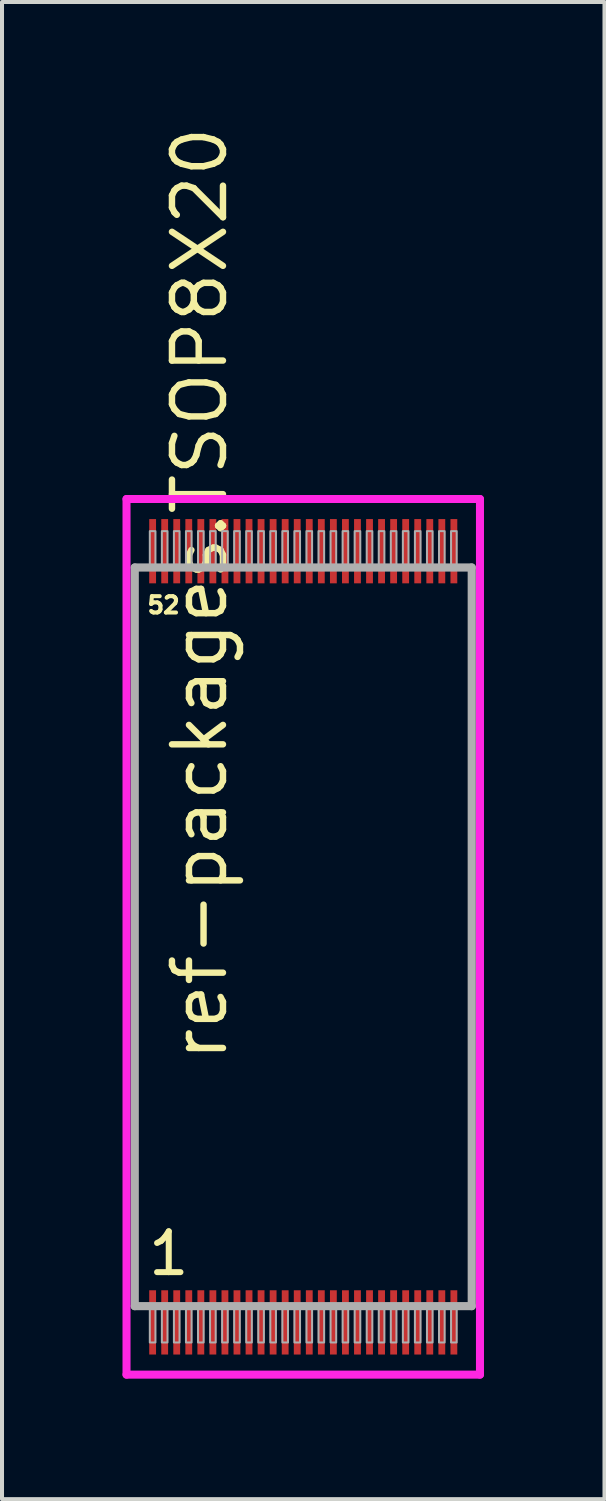
<source format=kicad_pcb>
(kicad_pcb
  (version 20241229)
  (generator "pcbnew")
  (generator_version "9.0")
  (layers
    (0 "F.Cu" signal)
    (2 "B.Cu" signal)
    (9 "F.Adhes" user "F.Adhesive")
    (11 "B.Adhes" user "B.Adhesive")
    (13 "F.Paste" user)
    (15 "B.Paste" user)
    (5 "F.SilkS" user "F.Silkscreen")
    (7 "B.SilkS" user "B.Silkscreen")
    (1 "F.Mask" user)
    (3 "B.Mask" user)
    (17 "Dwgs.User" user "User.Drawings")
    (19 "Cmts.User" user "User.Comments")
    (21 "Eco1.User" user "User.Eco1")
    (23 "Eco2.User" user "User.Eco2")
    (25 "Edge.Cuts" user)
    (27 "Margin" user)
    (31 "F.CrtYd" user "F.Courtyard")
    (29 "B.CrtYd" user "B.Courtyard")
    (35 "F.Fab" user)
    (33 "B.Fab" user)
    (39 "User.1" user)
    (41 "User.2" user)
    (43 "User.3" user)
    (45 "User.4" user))
  (footprint "ref-packages.TSOP8X20"
    (layer "F.Cu")
    (at 4.5 20.274)
    (property "Reference" "ref-packages.TSOP8X20" (at -1.835 3.175 90) (layer "F.SilkS") (effects (font (size 1.27 1.27) (thickness 0.16)) (justify left bottom)))
    (attr smd)
    (fp_line (start -4.4 -10.9) (end 4.4 -10.9) (stroke (width 0.2) (type default)) (layer "F.CrtYd"))
    (fp_line (start -4.4 10.9) (end -4.4 -10.9) (stroke (width 0.2) (type default)) (layer "F.CrtYd"))
    (fp_line (start 4.4 -10.9) (end 4.4 10.9) (stroke (width 0.2) (type default)) (layer "F.CrtYd"))
    (fp_line (start 4.4 10.9) (end -4.4 10.9) (stroke (width 0.2) (type default)) (layer "F.CrtYd"))
    (fp_line (start -4.195 -9.195) (end 4.195 -9.195) (stroke (width 0.203) (type default)) (layer "F.Fab"))
    (fp_line (start -4.195 9.195) (end -4.195 -9.195) (stroke (width 0.203) (type default)) (layer "F.Fab"))
    (fp_line (start 4.195 -9.195) (end 4.195 9.195) (stroke (width 0.203) (type default)) (layer "F.Fab"))
    (fp_line (start 4.195 9.195) (end -4.195 9.195) (stroke (width 0.203) (type default)) (layer "F.Fab"))
    (fp_rect (start -3.82 -9.25) (end -3.68 -10.1) (stroke (width 0.05) (type default)) (fill no) (layer "F.Fab"))
    (fp_rect (start -3.82 10.1) (end -3.68 9.25) (stroke (width 0.05) (type default)) (fill no) (layer "F.Fab"))
    (fp_rect (start -3.52 -9.25) (end -3.38 -10.1) (stroke (width 0.05) (type default)) (fill no) (layer "F.Fab"))
    (fp_rect (start -3.52 10.1) (end -3.38 9.25) (stroke (width 0.05) (type default)) (fill no) (layer "F.Fab"))
    (fp_rect (start -3.22 -9.25) (end -3.08 -10.1) (stroke (width 0.05) (type default)) (fill no) (layer "F.Fab"))
    (fp_rect (start -3.22 10.1) (end -3.08 9.25) (stroke (width 0.05) (type default)) (fill no) (layer "F.Fab"))
    (fp_rect (start -2.92 -9.25) (end -2.78 -10.1) (stroke (width 0.05) (type default)) (fill no) (layer "F.Fab"))
    (fp_rect (start -2.92 10.1) (end -2.78 9.25) (stroke (width 0.05) (type default)) (fill no) (layer "F.Fab"))
    (fp_rect (start -2.62 -9.25) (end -2.48 -10.1) (stroke (width 0.05) (type default)) (fill no) (layer "F.Fab"))
    (fp_rect (start -2.62 10.1) (end -2.48 9.25) (stroke (width 0.05) (type default)) (fill no) (layer "F.Fab"))
    (fp_rect (start -2.32 -9.25) (end -2.18 -10.1) (stroke (width 0.05) (type default)) (fill no) (layer "F.Fab"))
    (fp_rect (start -2.32 10.1) (end -2.18 9.25) (stroke (width 0.05) (type default)) (fill no) (layer "F.Fab"))
    (fp_rect (start -2.02 -9.25) (end -1.88 -10.1) (stroke (width 0.05) (type default)) (fill no) (layer "F.Fab"))
    (fp_rect (start -2.02 10.1) (end -1.88 9.25) (stroke (width 0.05) (type default)) (fill no) (layer "F.Fab"))
    (fp_rect (start -1.72 -9.25) (end -1.58 -10.1) (stroke (width 0.05) (type default)) (fill no) (layer "F.Fab"))
    (fp_rect (start -1.72 10.1) (end -1.58 9.25) (stroke (width 0.05) (type default)) (fill no) (layer "F.Fab"))
    (fp_rect (start -1.42 -9.25) (end -1.28 -10.1) (stroke (width 0.05) (type default)) (fill no) (layer "F.Fab"))
    (fp_rect (start -1.42 10.1) (end -1.28 9.25) (stroke (width 0.05) (type default)) (fill no) (layer "F.Fab"))
    (fp_rect (start -1.12 -9.25) (end -0.98 -10.1) (stroke (width 0.05) (type default)) (fill no) (layer "F.Fab"))
    (fp_rect (start -1.12 10.1) (end -0.98 9.25) (stroke (width 0.05) (type default)) (fill no) (layer "F.Fab"))
    (fp_rect (start -0.82 -9.25) (end -0.68 -10.1) (stroke (width 0.05) (type default)) (fill no) (layer "F.Fab"))
    (fp_rect (start -0.82 10.1) (end -0.68 9.25) (stroke (width 0.05) (type default)) (fill no) (layer "F.Fab"))
    (fp_rect (start -0.52 -9.25) (end -0.38 -10.1) (stroke (width 0.05) (type default)) (fill no) (layer "F.Fab"))
    (fp_rect (start -0.52 10.1) (end -0.38 9.25) (stroke (width 0.05) (type default)) (fill no) (layer "F.Fab"))
    (fp_rect (start -0.22 -9.25) (end -0.08 -10.1) (stroke (width 0.05) (type default)) (fill no) (layer "F.Fab"))
    (fp_rect (start -0.22 10.1) (end -0.08 9.25) (stroke (width 0.05) (type default)) (fill no) (layer "F.Fab"))
    (fp_rect (start 0.08 -9.25) (end 0.22 -10.1) (stroke (width 0.05) (type default)) (fill no) (layer "F.Fab"))
    (fp_rect (start 0.08 10.1) (end 0.22 9.25) (stroke (width 0.05) (type default)) (fill no) (layer "F.Fab"))
    (fp_rect (start 0.38 -9.25) (end 0.52 -10.1) (stroke (width 0.05) (type default)) (fill no) (layer "F.Fab"))
    (fp_rect (start 0.38 10.1) (end 0.52 9.25) (stroke (width 0.05) (type default)) (fill no) (layer "F.Fab"))
    (fp_rect (start 0.68 -9.25) (end 0.82 -10.1) (stroke (width 0.05) (type default)) (fill no) (layer "F.Fab"))
    (fp_rect (start 0.68 10.1) (end 0.82 9.25) (stroke (width 0.05) (type default)) (fill no) (layer "F.Fab"))
    (fp_rect (start 0.98 -9.25) (end 1.12 -10.1) (stroke (width 0.05) (type default)) (fill no) (layer "F.Fab"))
    (fp_rect (start 0.98 10.1) (end 1.12 9.25) (stroke (width 0.05) (type default)) (fill no) (layer "F.Fab"))
    (fp_rect (start 1.28 -9.25) (end 1.42 -10.1) (stroke (width 0.05) (type default)) (fill no) (layer "F.Fab"))
    (fp_rect (start 1.28 10.1) (end 1.42 9.25) (stroke (width 0.05) (type default)) (fill no) (layer "F.Fab"))
    (fp_rect (start 1.58 -9.25) (end 1.72 -10.1) (stroke (width 0.05) (type default)) (fill no) (layer "F.Fab"))
    (fp_rect (start 1.58 10.1) (end 1.72 9.25) (stroke (width 0.05) (type default)) (fill no) (layer "F.Fab"))
    (fp_rect (start 1.88 -9.25) (end 2.02 -10.1) (stroke (width 0.05) (type default)) (fill no) (layer "F.Fab"))
    (fp_rect (start 1.88 10.1) (end 2.02 9.25) (stroke (width 0.05) (type default)) (fill no) (layer "F.Fab"))
    (fp_rect (start 2.18 -9.25) (end 2.32 -10.1) (stroke (width 0.05) (type default)) (fill no) (layer "F.Fab"))
    (fp_rect (start 2.18 10.1) (end 2.32 9.25) (stroke (width 0.05) (type default)) (fill no) (layer "F.Fab"))
    (fp_rect (start 2.48 -9.25) (end 2.62 -10.1) (stroke (width 0.05) (type default)) (fill no) (layer "F.Fab"))
    (fp_rect (start 2.48 10.1) (end 2.62 9.25) (stroke (width 0.05) (type default)) (fill no) (layer "F.Fab"))
    (fp_rect (start 2.78 -9.25) (end 2.92 -10.1) (stroke (width 0.05) (type default)) (fill no) (layer "F.Fab"))
    (fp_rect (start 2.78 10.1) (end 2.92 9.25) (stroke (width 0.05) (type default)) (fill no) (layer "F.Fab"))
    (fp_rect (start 3.08 -9.25) (end 3.22 -10.1) (stroke (width 0.05) (type default)) (fill no) (layer "F.Fab"))
    (fp_rect (start 3.08 10.1) (end 3.22 9.25) (stroke (width 0.05) (type default)) (fill no) (layer "F.Fab"))
    (fp_rect (start 3.38 -9.25) (end 3.52 -10.1) (stroke (width 0.05) (type default)) (fill no) (layer "F.Fab"))
    (fp_rect (start 3.38 10.1) (end 3.52 9.25) (stroke (width 0.05) (type default)) (fill no) (layer "F.Fab"))
    (fp_rect (start 3.68 -9.25) (end 3.82 -10.1) (stroke (width 0.05) (type default)) (fill no) (layer "F.Fab"))
    (fp_rect (start 3.68 10.1) (end 3.82 9.25) (stroke (width 0.05) (type default)) (fill no) (layer "F.Fab"))
    (fp_text user "52" (at -3.931 -8.02 0) (layer "F.SilkS") (effects (font (size 0.406 0.406) (thickness 0.15)) (justify left bottom)))
    (fp_text user "1" (at -3.931 8.48 0) (layer "F.SilkS") (effects (font (size 1.016 1.016) (thickness 0.15)) (justify left bottom)))
    (pad "1" smd roundrect (at -3.75 9.6) (size 0.17 1.6) (layers "F.Cu" "F.Mask" "F.Paste") (roundrect_rratio 0.01))
    (pad "2" smd roundrect (at -3.45 9.6) (size 0.17 1.6) (layers "F.Cu" "F.Mask" "F.Paste") (roundrect_rratio 0.01))
    (pad "3" smd roundrect (at -3.15 9.6) (size 0.17 1.6) (layers "F.Cu" "F.Mask" "F.Paste") (roundrect_rratio 0.01))
    (pad "4" smd roundrect (at -2.85 9.6) (size 0.17 1.6) (layers "F.Cu" "F.Mask" "F.Paste") (roundrect_rratio 0.01))
    (pad "5" smd roundrect (at -2.55 9.6) (size 0.17 1.6) (layers "F.Cu" "F.Mask" "F.Paste") (roundrect_rratio 0.01))
    (pad "6" smd roundrect (at -2.25 9.6) (size 0.17 1.6) (layers "F.Cu" "F.Mask" "F.Paste") (roundrect_rratio 0.01))
    (pad "7" smd roundrect (at -1.95 9.6) (size 0.17 1.6) (layers "F.Cu" "F.Mask" "F.Paste") (roundrect_rratio 0.01))
    (pad "8" smd roundrect (at -1.65 9.6) (size 0.17 1.6) (layers "F.Cu" "F.Mask" "F.Paste") (roundrect_rratio 0.01))
    (pad "9" smd roundrect (at -1.35 9.6) (size 0.17 1.6) (layers "F.Cu" "F.Mask" "F.Paste") (roundrect_rratio 0.01))
    (pad "10" smd roundrect (at -1.05 9.6) (size 0.17 1.6) (layers "F.Cu" "F.Mask" "F.Paste") (roundrect_rratio 0.01))
    (pad "11" smd roundrect (at -0.75 9.6) (size 0.17 1.6) (layers "F.Cu" "F.Mask" "F.Paste") (roundrect_rratio 0.01))
    (pad "12" smd roundrect (at -0.45 9.6) (size 0.17 1.6) (layers "F.Cu" "F.Mask" "F.Paste") (roundrect_rratio 0.01))
    (pad "13" smd roundrect (at -0.15 9.6) (size 0.17 1.6) (layers "F.Cu" "F.Mask" "F.Paste") (roundrect_rratio 0.01))
    (pad "14" smd roundrect (at 0.15 9.6) (size 0.17 1.6) (layers "F.Cu" "F.Mask" "F.Paste") (roundrect_rratio 0.01))
    (pad "15" smd roundrect (at 0.45 9.6) (size 0.17 1.6) (layers "F.Cu" "F.Mask" "F.Paste") (roundrect_rratio 0.01))
    (pad "16" smd roundrect (at 0.75 9.6) (size 0.17 1.6) (layers "F.Cu" "F.Mask" "F.Paste") (roundrect_rratio 0.01))
    (pad "17" smd roundrect (at 1.05 9.6) (size 0.17 1.6) (layers "F.Cu" "F.Mask" "F.Paste") (roundrect_rratio 0.01))
    (pad "18" smd roundrect (at 1.35 9.6) (size 0.17 1.6) (layers "F.Cu" "F.Mask" "F.Paste") (roundrect_rratio 0.01))
    (pad "19" smd roundrect (at 1.65 9.6) (size 0.17 1.6) (layers "F.Cu" "F.Mask" "F.Paste") (roundrect_rratio 0.01))
    (pad "20" smd roundrect (at 1.95 9.6) (size 0.17 1.6) (layers "F.Cu" "F.Mask" "F.Paste") (roundrect_rratio 0.01))
    (pad "21" smd roundrect (at 2.25 9.6) (size 0.17 1.6) (layers "F.Cu" "F.Mask" "F.Paste") (roundrect_rratio 0.01))
    (pad "22" smd roundrect (at 2.55 9.6) (size 0.17 1.6) (layers "F.Cu" "F.Mask" "F.Paste") (roundrect_rratio 0.01))
    (pad "23" smd roundrect (at 2.85 9.6) (size 0.17 1.6) (layers "F.Cu" "F.Mask" "F.Paste") (roundrect_rratio 0.01))
    (pad "24" smd roundrect (at 3.15 9.6) (size 0.17 1.6) (layers "F.Cu" "F.Mask" "F.Paste") (roundrect_rratio 0.01))
    (pad "25" smd roundrect (at 3.45 9.6) (size 0.17 1.6) (layers "F.Cu" "F.Mask" "F.Paste") (roundrect_rratio 0.01))
    (pad "26" smd roundrect (at 3.75 9.6) (size 0.17 1.6) (layers "F.Cu" "F.Mask" "F.Paste") (roundrect_rratio 0.01))
    (pad "27" smd roundrect (at 3.75 -9.6) (size 0.17 1.6) (layers "F.Cu" "F.Mask" "F.Paste") (roundrect_rratio 0.01))
    (pad "28" smd roundrect (at 3.45 -9.6) (size 0.17 1.6) (layers "F.Cu" "F.Mask" "F.Paste") (roundrect_rratio 0.01))
    (pad "29" smd roundrect (at 3.15 -9.6) (size 0.17 1.6) (layers "F.Cu" "F.Mask" "F.Paste") (roundrect_rratio 0.01))
    (pad "30" smd roundrect (at 2.85 -9.6) (size 0.17 1.6) (layers "F.Cu" "F.Mask" "F.Paste") (roundrect_rratio 0.01))
    (pad "31" smd roundrect (at 2.55 -9.6) (size 0.17 1.6) (layers "F.Cu" "F.Mask" "F.Paste") (roundrect_rratio 0.01))
    (pad "32" smd roundrect (at 2.25 -9.6) (size 0.17 1.6) (layers "F.Cu" "F.Mask" "F.Paste") (roundrect_rratio 0.01))
    (pad "33" smd roundrect (at 1.95 -9.6) (size 0.17 1.6) (layers "F.Cu" "F.Mask" "F.Paste") (roundrect_rratio 0.01))
    (pad "34" smd roundrect (at 1.65 -9.6) (size 0.17 1.6) (layers "F.Cu" "F.Mask" "F.Paste") (roundrect_rratio 0.01))
    (pad "35" smd roundrect (at 1.35 -9.6) (size 0.17 1.6) (layers "F.Cu" "F.Mask" "F.Paste") (roundrect_rratio 0.01))
    (pad "36" smd roundrect (at 1.05 -9.6) (size 0.17 1.6) (layers "F.Cu" "F.Mask" "F.Paste") (roundrect_rratio 0.01))
    (pad "37" smd roundrect (at 0.75 -9.6) (size 0.17 1.6) (layers "F.Cu" "F.Mask" "F.Paste") (roundrect_rratio 0.01))
    (pad "38" smd roundrect (at 0.45 -9.6) (size 0.17 1.6) (layers "F.Cu" "F.Mask" "F.Paste") (roundrect_rratio 0.01))
    (pad "39" smd roundrect (at 0.15 -9.6) (size 0.17 1.6) (layers "F.Cu" "F.Mask" "F.Paste") (roundrect_rratio 0.01))
    (pad "40" smd roundrect (at -0.15 -9.6) (size 0.17 1.6) (layers "F.Cu" "F.Mask" "F.Paste") (roundrect_rratio 0.01))
    (pad "41" smd roundrect (at -0.45 -9.6) (size 0.17 1.6) (layers "F.Cu" "F.Mask" "F.Paste") (roundrect_rratio 0.01))
    (pad "42" smd roundrect (at -0.75 -9.6) (size 0.17 1.6) (layers "F.Cu" "F.Mask" "F.Paste") (roundrect_rratio 0.01))
    (pad "43" smd roundrect (at -1.05 -9.6) (size 0.17 1.6) (layers "F.Cu" "F.Mask" "F.Paste") (roundrect_rratio 0.01))
    (pad "44" smd roundrect (at -1.35 -9.6) (size 0.17 1.6) (layers "F.Cu" "F.Mask" "F.Paste") (roundrect_rratio 0.01))
    (pad "45" smd roundrect (at -1.65 -9.6) (size 0.17 1.6) (layers "F.Cu" "F.Mask" "F.Paste") (roundrect_rratio 0.01))
    (pad "46" smd roundrect (at -1.95 -9.6) (size 0.17 1.6) (layers "F.Cu" "F.Mask" "F.Paste") (roundrect_rratio 0.01))
    (pad "47" smd roundrect (at -2.25 -9.6) (size 0.17 1.6) (layers "F.Cu" "F.Mask" "F.Paste") (roundrect_rratio 0.01))
    (pad "48" smd roundrect (at -2.55 -9.6) (size 0.17 1.6) (layers "F.Cu" "F.Mask" "F.Paste") (roundrect_rratio 0.01))
    (pad "49" smd roundrect (at -2.85 -9.6) (size 0.17 1.6) (layers "F.Cu" "F.Mask" "F.Paste") (roundrect_rratio 0.01))
    (pad "50" smd roundrect (at -3.15 -9.6) (size 0.17 1.6) (layers "F.Cu" "F.Mask" "F.Paste") (roundrect_rratio 0.01))
    (pad "51" smd roundrect (at -3.45 -9.6) (size 0.17 1.6) (layers "F.Cu" "F.Mask" "F.Paste") (roundrect_rratio 0.01))
    (pad "52" smd roundrect (at -3.75 -9.6) (size 0.17 1.6) (layers "F.Cu" "F.Mask" "F.Paste") (roundrect_rratio 0.01)))
  (gr_rect
    (start -3 -3)
    (end 12 34.274)
    (stroke (width 0.1) (type default))
    (fill no)
    (layer "Edge.Cuts")))
</source>
